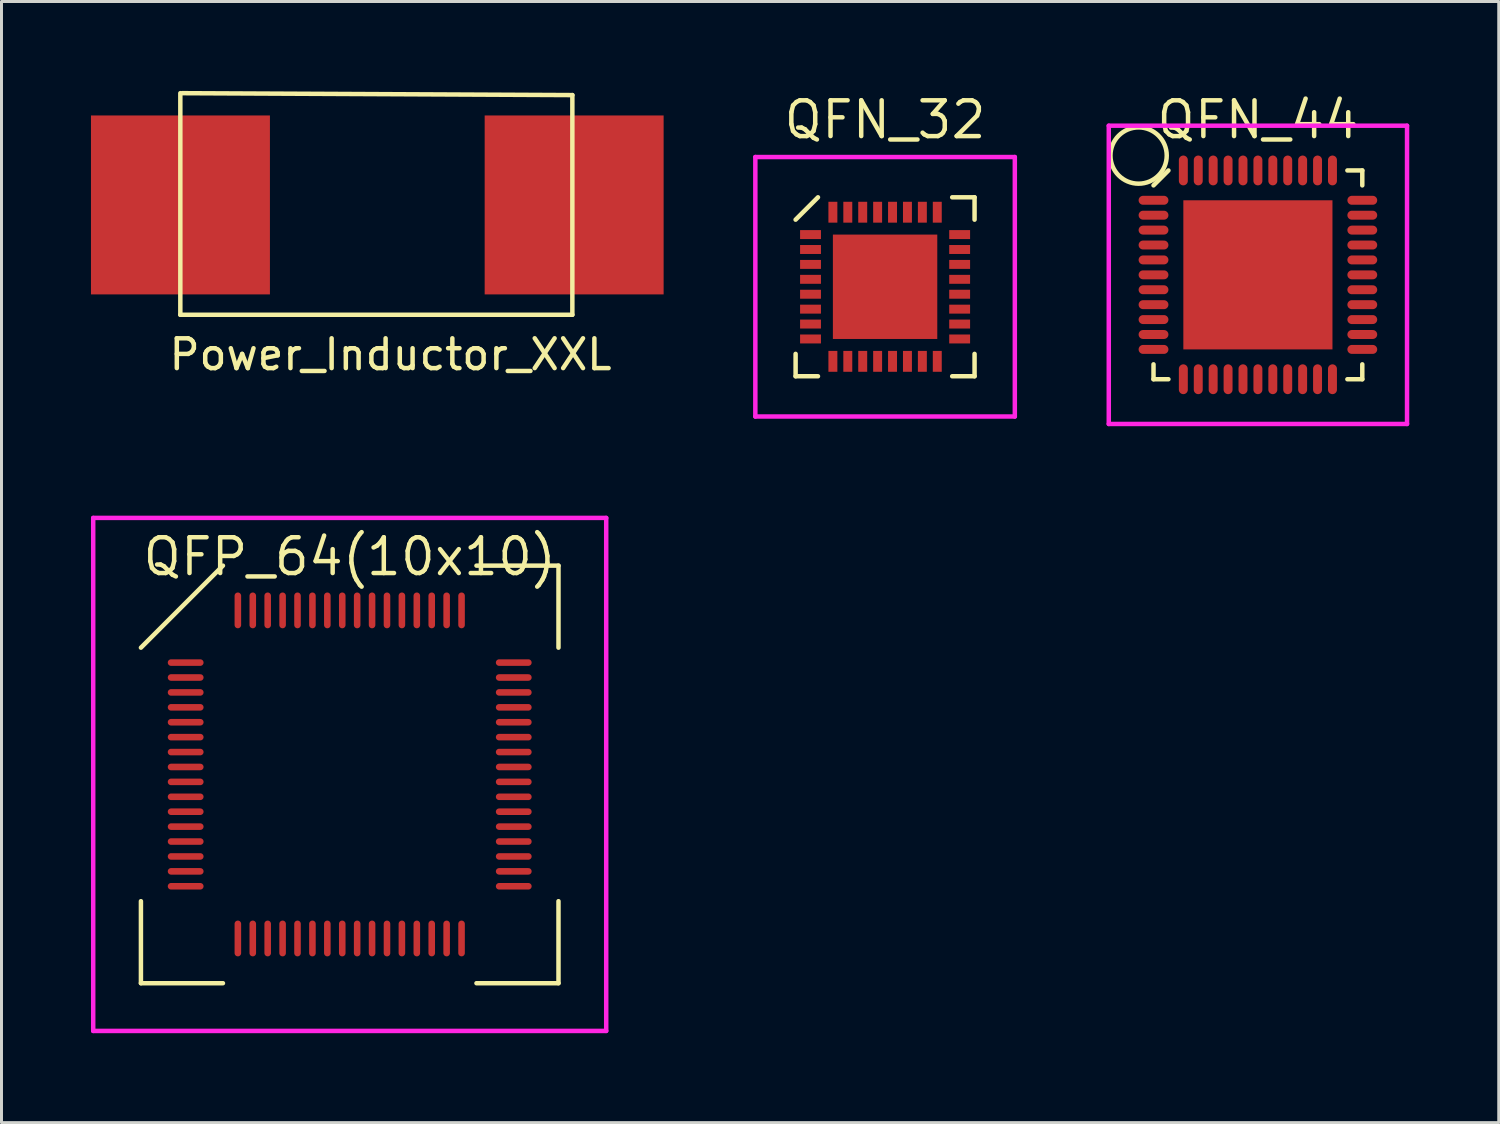
<source format=kicad_pcb>
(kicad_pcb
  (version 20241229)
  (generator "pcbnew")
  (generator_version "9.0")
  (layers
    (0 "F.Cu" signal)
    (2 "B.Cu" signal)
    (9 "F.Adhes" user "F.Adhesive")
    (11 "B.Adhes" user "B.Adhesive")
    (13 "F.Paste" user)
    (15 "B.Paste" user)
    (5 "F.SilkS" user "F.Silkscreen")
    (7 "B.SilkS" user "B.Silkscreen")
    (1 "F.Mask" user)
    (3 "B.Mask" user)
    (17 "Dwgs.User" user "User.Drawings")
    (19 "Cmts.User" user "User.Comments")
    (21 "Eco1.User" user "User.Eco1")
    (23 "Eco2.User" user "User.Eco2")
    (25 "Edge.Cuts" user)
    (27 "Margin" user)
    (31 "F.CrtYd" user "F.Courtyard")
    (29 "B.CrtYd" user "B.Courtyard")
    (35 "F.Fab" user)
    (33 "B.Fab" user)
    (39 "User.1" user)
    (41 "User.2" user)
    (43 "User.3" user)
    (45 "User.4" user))
  (footprint "QFN_32"
    (layer "F.Cu")
    (at 26.625 6.565)
    (property "Reference" "QFN_32" (at 0 -5.6 0) (layer "F.SilkS") (effects (font (size 1.2 1.2) (thickness 0.15))))
    (attr through_hole)
    (fp_line (start -3 -2.25) (end -2.25 -3) (stroke (width 0.15) (type solid)) (layer "F.SilkS"))
    (fp_line (start -3 3) (end -3 2.25) (stroke (width 0.15) (type solid)) (layer "F.SilkS"))
    (fp_line (start -2.25 3) (end -3 3) (stroke (width 0.15) (type solid)) (layer "F.SilkS"))
    (fp_line (start 2.25 -3) (end 3 -3) (stroke (width 0.15) (type solid)) (layer "F.SilkS"))
    (fp_line (start 2.25 3) (end 3 3) (stroke (width 0.15) (type solid)) (layer "F.SilkS"))
    (fp_line (start 3 -3) (end 3 -2.25) (stroke (width 0.15) (type solid)) (layer "F.SilkS"))
    (fp_line (start 3 3) (end 3 2.25) (stroke (width 0.15) (type solid)) (layer "F.SilkS"))
    (fp_line (start -4.35 -4.35) (end 4.35 -4.35) (stroke (width 0.15) (type solid)) (layer "F.CrtYd"))
    (fp_line (start -4.35 4.35) (end -4.35 -4.35) (stroke (width 0.15) (type solid)) (layer "F.CrtYd"))
    (fp_line (start 4.35 -4.35) (end 4.35 4.35) (stroke (width 0.15) (type solid)) (layer "F.CrtYd"))
    (fp_line (start 4.35 4.35) (end -4.35 4.35) (stroke (width 0.15) (type solid)) (layer "F.CrtYd"))
    (pad "1" smd rect (at -2.5 -1.75 90) (size 0.3 0.7) (layers "F.Cu" "F.Mask" "F.Paste"))
    (pad "2" smd rect (at -2.5 -1.25 90) (size 0.3 0.7) (layers "F.Cu" "F.Mask" "F.Paste"))
    (pad "3" smd rect (at -2.5 -0.75 90) (size 0.3 0.7) (layers "F.Cu" "F.Mask" "F.Paste"))
    (pad "4" smd rect (at -2.5 -0.25 90) (size 0.3 0.7) (layers "F.Cu" "F.Mask" "F.Paste"))
    (pad "5" smd rect (at -2.5 0.25 90) (size 0.3 0.7) (layers "F.Cu" "F.Mask" "F.Paste"))
    (pad "6" smd rect (at -2.5 0.75 90) (size 0.3 0.7) (layers "F.Cu" "F.Mask" "F.Paste"))
    (pad "7" smd rect (at -2.5 1.25 90) (size 0.3 0.7) (layers "F.Cu" "F.Mask" "F.Paste"))
    (pad "8" smd rect (at -2.5 1.75 90) (size 0.3 0.7) (layers "F.Cu" "F.Mask" "F.Paste"))
    (pad "9" smd rect (at -1.75 2.5) (size 0.3 0.7) (layers "F.Cu" "F.Mask" "F.Paste"))
    (pad "10" smd rect (at -1.25 2.5) (size 0.3 0.7) (layers "F.Cu" "F.Mask" "F.Paste"))
    (pad "11" smd rect (at -0.75 2.5) (size 0.3 0.7) (layers "F.Cu" "F.Mask" "F.Paste"))
    (pad "12" smd rect (at -0.25 2.5) (size 0.3 0.7) (layers "F.Cu" "F.Mask" "F.Paste"))
    (pad "13" smd rect (at 0.25 2.5) (size 0.3 0.7) (layers "F.Cu" "F.Mask" "F.Paste"))
    (pad "14" smd rect (at 0.75 2.5) (size 0.3 0.7) (layers "F.Cu" "F.Mask" "F.Paste"))
    (pad "15" smd rect (at 1.25 2.5) (size 0.3 0.7) (layers "F.Cu" "F.Mask" "F.Paste"))
    (pad "16" smd rect (at 1.75 2.5) (size 0.3 0.7) (layers "F.Cu" "F.Mask" "F.Paste"))
    (pad "17" smd rect (at 2.5 1.75 90) (size 0.3 0.7) (layers "F.Cu" "F.Mask" "F.Paste"))
    (pad "18" smd rect (at 2.5 1.25 90) (size 0.3 0.7) (layers "F.Cu" "F.Mask" "F.Paste"))
    (pad "19" smd rect (at 2.5 0.75 90) (size 0.3 0.7) (layers "F.Cu" "F.Mask" "F.Paste"))
    (pad "20" smd rect (at 2.5 0.25 90) (size 0.3 0.7) (layers "F.Cu" "F.Mask" "F.Paste"))
    (pad "21" smd rect (at 2.5 -0.25 90) (size 0.3 0.7) (layers "F.Cu" "F.Mask" "F.Paste"))
    (pad "22" smd rect (at 2.5 -0.75 90) (size 0.3 0.7) (layers "F.Cu" "F.Mask" "F.Paste"))
    (pad "23" smd rect (at 2.5 -1.25 90) (size 0.3 0.7) (layers "F.Cu" "F.Mask" "F.Paste"))
    (pad "24" smd rect (at 2.5 -1.75 90) (size 0.3 0.7) (layers "F.Cu" "F.Mask" "F.Paste"))
    (pad "25" smd rect (at 1.75 -2.5) (size 0.3 0.7) (layers "F.Cu" "F.Mask" "F.Paste"))
    (pad "26" smd rect (at 1.25 -2.5) (size 0.3 0.7) (layers "F.Cu" "F.Mask" "F.Paste"))
    (pad "27" smd rect (at 0.75 -2.5) (size 0.3 0.7) (layers "F.Cu" "F.Mask" "F.Paste"))
    (pad "28" smd rect (at 0.25 -2.5) (size 0.3 0.7) (layers "F.Cu" "F.Mask" "F.Paste"))
    (pad "29" smd rect (at -0.25 -2.5) (size 0.3 0.7) (layers "F.Cu" "F.Mask" "F.Paste"))
    (pad "30" smd rect (at -0.75 -2.5) (size 0.3 0.7) (layers "F.Cu" "F.Mask" "F.Paste"))
    (pad "31" smd rect (at -1.25 -2.5) (size 0.3 0.7) (layers "F.Cu" "F.Mask" "F.Paste"))
    (pad "32" smd rect (at -1.75 -2.5) (size 0.3 0.7) (layers "F.Cu" "F.Mask" "F.Paste"))
    (pad "33" smd rect (at 0 0) (size 3.5 3.5) (layers "F.Cu" "F.Mask" "F.Paste")))
  (footprint "Power_Inductor_XXL"
    (layer "F.Cu")
    (at 9.6 3.821)
    (property "Reference" "Power_Inductor_XXL" (at 0.445 5.016 0) (layer "F.SilkS") (effects (font (size 1 1) (thickness 0.15))))
    (attr through_hole)
    (fp_line (start -6.604 3.683) (end -6.604 -3.747) (stroke (width 0.15) (type solid)) (layer "F.SilkS"))
    (fp_line (start -6.54 -3.747) (end 6.54 -3.683) (stroke (width 0.15) (type solid)) (layer "F.SilkS"))
    (fp_line (start 6.54 -3.683) (end 6.54 3.683) (stroke (width 0.15) (type solid)) (layer "F.SilkS"))
    (fp_line (start 6.54 3.683) (end -6.604 3.683) (stroke (width 0.15) (type solid)) (layer "F.SilkS"))
    (pad "1" smd rect (at -6.6 0) (size 6 6) (layers "F.Cu" "F.Mask" "F.Paste"))
    (pad "2" smd rect (at 6.6 0) (size 6 6) (layers "F.Cu" "F.Mask" "F.Paste")))
  (footprint "QFP_64(10x10)"
    (layer "F.Cu")
    (at 8.675 22.915)
    (property "Reference" "QFP_64(10x10)" (at 0 -7.3 0) (layer "F.SilkS") (effects (font (size 1.2 1.2) (thickness 0.15))))
    (attr through_hole)
    (fp_line (start -7 -4.25) (end -4.25 -7) (stroke (width 0.15) (type solid)) (layer "F.SilkS"))
    (fp_line (start -7 7) (end -7 4.25) (stroke (width 0.15) (type solid)) (layer "F.SilkS"))
    (fp_line (start -4.25 7) (end -7 7) (stroke (width 0.15) (type solid)) (layer "F.SilkS"))
    (fp_line (start 4.25 -7) (end 7 -7) (stroke (width 0.15) (type solid)) (layer "F.SilkS"))
    (fp_line (start 4.25 7) (end 7 7) (stroke (width 0.15) (type solid)) (layer "F.SilkS"))
    (fp_line (start 7 -7) (end 7 -4.25) (stroke (width 0.15) (type solid)) (layer "F.SilkS"))
    (fp_line (start 7 7) (end 7 4.25) (stroke (width 0.15) (type solid)) (layer "F.SilkS"))
    (fp_line (start -8.6 -8.6) (end 8.6 -8.6) (stroke (width 0.15) (type solid)) (layer "F.CrtYd"))
    (fp_line (start -8.6 8.6) (end -8.6 -8.6) (stroke (width 0.15) (type solid)) (layer "F.CrtYd"))
    (fp_line (start 8.6 -8.6) (end 8.6 8.6) (stroke (width 0.15) (type solid)) (layer "F.CrtYd"))
    (fp_line (start 8.6 8.6) (end -8.6 8.6) (stroke (width 0.15) (type solid)) (layer "F.CrtYd"))
    (pad "1" smd oval (at -5.5 -3.75 90) (size 0.22 1.2) (layers "F.Cu" "F.Mask" "F.Paste"))
    (pad "2" smd oval (at -5.5 -3.25 90) (size 0.22 1.2) (layers "F.Cu" "F.Mask" "F.Paste"))
    (pad "3" smd oval (at -5.5 -2.75 90) (size 0.22 1.2) (layers "F.Cu" "F.Mask" "F.Paste"))
    (pad "4" smd oval (at -5.5 -2.25 90) (size 0.22 1.2) (layers "F.Cu" "F.Mask" "F.Paste"))
    (pad "5" smd oval (at -5.5 -1.75 90) (size 0.22 1.2) (layers "F.Cu" "F.Mask" "F.Paste"))
    (pad "6" smd oval (at -5.5 -1.25 90) (size 0.22 1.2) (layers "F.Cu" "F.Mask" "F.Paste"))
    (pad "7" smd oval (at -5.5 -0.75 90) (size 0.22 1.2) (layers "F.Cu" "F.Mask" "F.Paste"))
    (pad "8" smd oval (at -5.5 -0.25 90) (size 0.22 1.2) (layers "F.Cu" "F.Mask" "F.Paste"))
    (pad "9" smd oval (at -5.5 0.25 90) (size 0.22 1.2) (layers "F.Cu" "F.Mask" "F.Paste"))
    (pad "10" smd oval (at -5.5 0.75 90) (size 0.22 1.2) (layers "F.Cu" "F.Mask" "F.Paste"))
    (pad "11" smd oval (at -5.5 1.25 90) (size 0.22 1.2) (layers "F.Cu" "F.Mask" "F.Paste"))
    (pad "12" smd oval (at -5.5 1.75 90) (size 0.22 1.2) (layers "F.Cu" "F.Mask" "F.Paste"))
    (pad "13" smd oval (at -5.5 2.25 90) (size 0.22 1.2) (layers "F.Cu" "F.Mask" "F.Paste"))
    (pad "14" smd oval (at -5.5 2.75 90) (size 0.22 1.2) (layers "F.Cu" "F.Mask" "F.Paste"))
    (pad "15" smd oval (at -5.5 3.25 90) (size 0.22 1.2) (layers "F.Cu" "F.Mask" "F.Paste"))
    (pad "16" smd oval (at -5.5 3.75 90) (size 0.22 1.2) (layers "F.Cu" "F.Mask" "F.Paste"))
    (pad "17" smd oval (at -3.75 5.5) (size 0.22 1.2) (layers "F.Cu" "F.Mask" "F.Paste"))
    (pad "18" smd oval (at -3.25 5.5) (size 0.22 1.2) (layers "F.Cu" "F.Mask" "F.Paste"))
    (pad "19" smd oval (at -2.75 5.5) (size 0.22 1.2) (layers "F.Cu" "F.Mask" "F.Paste"))
    (pad "20" smd oval (at -2.25 5.5) (size 0.22 1.2) (layers "F.Cu" "F.Mask" "F.Paste"))
    (pad "21" smd oval (at -1.75 5.5) (size 0.22 1.2) (layers "F.Cu" "F.Mask" "F.Paste"))
    (pad "22" smd oval (at -1.25 5.5) (size 0.22 1.2) (layers "F.Cu" "F.Mask" "F.Paste"))
    (pad "23" smd oval (at -0.75 5.5) (size 0.22 1.2) (layers "F.Cu" "F.Mask" "F.Paste"))
    (pad "24" smd oval (at -0.25 5.5) (size 0.22 1.2) (layers "F.Cu" "F.Mask" "F.Paste"))
    (pad "25" smd oval (at 0.25 5.5) (size 0.22 1.2) (layers "F.Cu" "F.Mask" "F.Paste"))
    (pad "26" smd oval (at 0.75 5.5) (size 0.22 1.2) (layers "F.Cu" "F.Mask" "F.Paste"))
    (pad "27" smd oval (at 1.25 5.5) (size 0.22 1.2) (layers "F.Cu" "F.Mask" "F.Paste"))
    (pad "28" smd oval (at 1.75 5.5) (size 0.22 1.2) (layers "F.Cu" "F.Mask" "F.Paste"))
    (pad "29" smd oval (at 2.25 5.5) (size 0.22 1.2) (layers "F.Cu" "F.Mask" "F.Paste"))
    (pad "30" smd oval (at 2.75 5.5) (size 0.22 1.2) (layers "F.Cu" "F.Mask" "F.Paste"))
    (pad "31" smd oval (at 3.25 5.5) (size 0.22 1.2) (layers "F.Cu" "F.Mask" "F.Paste"))
    (pad "32" smd oval (at 3.75 5.5) (size 0.22 1.2) (layers "F.Cu" "F.Mask" "F.Paste"))
    (pad "33" smd oval (at 5.5 3.75 90) (size 0.22 1.2) (layers "F.Cu" "F.Mask" "F.Paste"))
    (pad "34" smd oval (at 5.5 3.25 90) (size 0.22 1.2) (layers "F.Cu" "F.Mask" "F.Paste"))
    (pad "35" smd oval (at 5.5 2.75 90) (size 0.22 1.2) (layers "F.Cu" "F.Mask" "F.Paste"))
    (pad "36" smd oval (at 5.5 2.25 90) (size 0.22 1.2) (layers "F.Cu" "F.Mask" "F.Paste"))
    (pad "37" smd oval (at 5.5 1.75 90) (size 0.22 1.2) (layers "F.Cu" "F.Mask" "F.Paste"))
    (pad "38" smd oval (at 5.5 1.25 90) (size 0.22 1.2) (layers "F.Cu" "F.Mask" "F.Paste"))
    (pad "39" smd oval (at 5.5 0.75 90) (size 0.22 1.2) (layers "F.Cu" "F.Mask" "F.Paste"))
    (pad "40" smd oval (at 5.5 0.25 90) (size 0.22 1.2) (layers "F.Cu" "F.Mask" "F.Paste"))
    (pad "41" smd oval (at 5.5 -0.25 90) (size 0.22 1.2) (layers "F.Cu" "F.Mask" "F.Paste"))
    (pad "42" smd oval (at 5.5 -0.75 90) (size 0.22 1.2) (layers "F.Cu" "F.Mask" "F.Paste"))
    (pad "43" smd oval (at 5.5 -1.25 90) (size 0.22 1.2) (layers "F.Cu" "F.Mask" "F.Paste"))
    (pad "44" smd oval (at 5.5 -1.75 90) (size 0.22 1.2) (layers "F.Cu" "F.Mask" "F.Paste"))
    (pad "45" smd oval (at 5.5 -2.25 90) (size 0.22 1.2) (layers "F.Cu" "F.Mask" "F.Paste"))
    (pad "46" smd oval (at 5.5 -2.75 90) (size 0.22 1.2) (layers "F.Cu" "F.Mask" "F.Paste"))
    (pad "47" smd oval (at 5.5 -3.25 90) (size 0.22 1.2) (layers "F.Cu" "F.Mask" "F.Paste"))
    (pad "48" smd oval (at 5.5 -3.75 90) (size 0.22 1.2) (layers "F.Cu" "F.Mask" "F.Paste"))
    (pad "49" smd oval (at 3.75 -5.5) (size 0.22 1.2) (layers "F.Cu" "F.Mask" "F.Paste"))
    (pad "50" smd oval (at 3.25 -5.5) (size 0.22 1.2) (layers "F.Cu" "F.Mask" "F.Paste"))
    (pad "51" smd oval (at 2.75 -5.5) (size 0.22 1.2) (layers "F.Cu" "F.Mask" "F.Paste"))
    (pad "52" smd oval (at 2.25 -5.5) (size 0.22 1.2) (layers "F.Cu" "F.Mask" "F.Paste"))
    (pad "53" smd oval (at 1.75 -5.5) (size 0.22 1.2) (layers "F.Cu" "F.Mask" "F.Paste"))
    (pad "54" smd oval (at 1.25 -5.5) (size 0.22 1.2) (layers "F.Cu" "F.Mask" "F.Paste"))
    (pad "55" smd oval (at 0.75 -5.5) (size 0.22 1.2) (layers "F.Cu" "F.Mask" "F.Paste"))
    (pad "56" smd oval (at 0.25 -5.5) (size 0.22 1.2) (layers "F.Cu" "F.Mask" "F.Paste"))
    (pad "57" smd oval (at -0.25 -5.5) (size 0.22 1.2) (layers "F.Cu" "F.Mask" "F.Paste"))
    (pad "58" smd oval (at -0.75 -5.5) (size 0.22 1.2) (layers "F.Cu" "F.Mask" "F.Paste"))
    (pad "59" smd oval (at -1.25 -5.5) (size 0.22 1.2) (layers "F.Cu" "F.Mask" "F.Paste"))
    (pad "60" smd oval (at -1.75 -5.5) (size 0.22 1.2) (layers "F.Cu" "F.Mask" "F.Paste"))
    (pad "61" smd oval (at -2.25 -5.5) (size 0.22 1.2) (layers "F.Cu" "F.Mask" "F.Paste"))
    (pad "62" smd oval (at -2.75 -5.5) (size 0.22 1.2) (layers "F.Cu" "F.Mask" "F.Paste"))
    (pad "63" smd oval (at -3.25 -5.5) (size 0.22 1.2) (layers "F.Cu" "F.Mask" "F.Paste"))
    (pad "64" smd oval (at -3.75 -5.5) (size 0.22 1.2) (layers "F.Cu" "F.Mask" "F.Paste")))
  (footprint "QFN_44"
    (layer "F.Cu")
    (at 39.125 6.165)
    (property "Reference" "QFN_44" (at 0 -5.2 0) (layer "F.SilkS") (effects (font (size 1.2 1.2) (thickness 0.15))))
    (attr through_hole)
    (fp_line (start -3.5 -3) (end -3 -3.5) (stroke (width 0.15) (type solid)) (layer "F.SilkS"))
    (fp_line (start -3.5 3.5) (end -3.5 3) (stroke (width 0.15) (type solid)) (layer "F.SilkS"))
    (fp_line (start -3 3.5) (end -3.5 3.5) (stroke (width 0.15) (type solid)) (layer "F.SilkS"))
    (fp_line (start 3 -3.5) (end 3.5 -3.5) (stroke (width 0.15) (type solid)) (layer "F.SilkS"))
    (fp_line (start 3 3.5) (end 3.5 3.5) (stroke (width 0.15) (type solid)) (layer "F.SilkS"))
    (fp_line (start 3.5 -3.5) (end 3.5 -3) (stroke (width 0.15) (type solid)) (layer "F.SilkS"))
    (fp_line (start 3.5 3.5) (end 3.5 3) (stroke (width 0.15) (type solid)) (layer "F.SilkS"))
    (fp_circle (center -4 -4) (end -3.2 -3.5) (stroke (width 0.15) (type solid)) (fill no) (layer "F.SilkS"))
    (fp_line (start -5 -5) (end 5 -5) (stroke (width 0.15) (type solid)) (layer "F.CrtYd"))
    (fp_line (start -5 5) (end -5 -5) (stroke (width 0.15) (type solid)) (layer "F.CrtYd"))
    (fp_line (start 5 -5) (end 5 5) (stroke (width 0.15) (type solid)) (layer "F.CrtYd"))
    (fp_line (start 5 5) (end -5 5) (stroke (width 0.15) (type solid)) (layer "F.CrtYd"))
    (pad "" smd rect (at 0 0) (size 5 5) (layers "F.Cu" "F.Mask" "F.Paste"))
    (pad "1" smd oval (at -3.5 -2.5 90) (size 0.3 1) (layers "F.Cu" "F.Mask" "F.Paste"))
    (pad "2" smd oval (at -3.5 -2 90) (size 0.3 1) (layers "F.Cu" "F.Mask" "F.Paste"))
    (pad "3" smd oval (at -3.5 -1.5 90) (size 0.3 1) (layers "F.Cu" "F.Mask" "F.Paste"))
    (pad "4" smd oval (at -3.5 -1 90) (size 0.3 1) (layers "F.Cu" "F.Mask" "F.Paste"))
    (pad "5" smd oval (at -3.5 -0.5 90) (size 0.3 1) (layers "F.Cu" "F.Mask" "F.Paste"))
    (pad "6" smd oval (at -3.5 0 90) (size 0.3 1) (layers "F.Cu" "F.Mask" "F.Paste"))
    (pad "7" smd oval (at -3.5 0.5 90) (size 0.3 1) (layers "F.Cu" "F.Mask" "F.Paste"))
    (pad "8" smd oval (at -3.5 1 90) (size 0.3 1) (layers "F.Cu" "F.Mask" "F.Paste"))
    (pad "9" smd oval (at -3.5 1.5 90) (size 0.3 1) (layers "F.Cu" "F.Mask" "F.Paste"))
    (pad "10" smd oval (at -3.5 2 90) (size 0.3 1) (layers "F.Cu" "F.Mask" "F.Paste"))
    (pad "11" smd oval (at -3.5 2.5 90) (size 0.3 1) (layers "F.Cu" "F.Mask" "F.Paste"))
    (pad "12" smd oval (at -2.5 3.5) (size 0.3 1) (layers "F.Cu" "F.Mask" "F.Paste"))
    (pad "13" smd oval (at -2 3.5) (size 0.3 1) (layers "F.Cu" "F.Mask" "F.Paste"))
    (pad "14" smd oval (at -1.5 3.5) (size 0.3 1) (layers "F.Cu" "F.Mask" "F.Paste"))
    (pad "15" smd oval (at -1 3.5) (size 0.3 1) (layers "F.Cu" "F.Mask" "F.Paste"))
    (pad "16" smd oval (at -0.5 3.5) (size 0.3 1) (layers "F.Cu" "F.Mask" "F.Paste"))
    (pad "17" smd oval (at 0 3.5) (size 0.3 1) (layers "F.Cu" "F.Mask" "F.Paste"))
    (pad "18" smd oval (at 0.5 3.5) (size 0.3 1) (layers "F.Cu" "F.Mask" "F.Paste"))
    (pad "19" smd oval (at 1 3.5) (size 0.3 1) (layers "F.Cu" "F.Mask" "F.Paste"))
    (pad "20" smd oval (at 1.5 3.5) (size 0.3 1) (layers "F.Cu" "F.Mask" "F.Paste"))
    (pad "21" smd oval (at 2 3.5) (size 0.3 1) (layers "F.Cu" "F.Mask" "F.Paste"))
    (pad "22" smd oval (at 2.5 3.5) (size 0.3 1) (layers "F.Cu" "F.Mask" "F.Paste"))
    (pad "23" smd oval (at 3.5 2.5 90) (size 0.3 1) (layers "F.Cu" "F.Mask" "F.Paste"))
    (pad "24" smd oval (at 3.5 2 90) (size 0.3 1) (layers "F.Cu" "F.Mask" "F.Paste"))
    (pad "25" smd oval (at 3.5 1.5 90) (size 0.3 1) (layers "F.Cu" "F.Mask" "F.Paste"))
    (pad "26" smd oval (at 3.5 1 90) (size 0.3 1) (layers "F.Cu" "F.Mask" "F.Paste"))
    (pad "27" smd oval (at 3.5 0.5 90) (size 0.3 1) (layers "F.Cu" "F.Mask" "F.Paste"))
    (pad "28" smd oval (at 3.5 0 90) (size 0.3 1) (layers "F.Cu" "F.Mask" "F.Paste"))
    (pad "29" smd oval (at 3.5 -0.5 90) (size 0.3 1) (layers "F.Cu" "F.Mask" "F.Paste"))
    (pad "30" smd oval (at 3.5 -1 90) (size 0.3 1) (layers "F.Cu" "F.Mask" "F.Paste"))
    (pad "31" smd oval (at 3.5 -1.5 90) (size 0.3 1) (layers "F.Cu" "F.Mask" "F.Paste"))
    (pad "32" smd oval (at 3.5 -2 90) (size 0.3 1) (layers "F.Cu" "F.Mask" "F.Paste"))
    (pad "33" smd oval (at 3.5 -2.5 90) (size 0.3 1) (layers "F.Cu" "F.Mask" "F.Paste"))
    (pad "34" smd oval (at 2.5 -3.5) (size 0.3 1) (layers "F.Cu" "F.Mask" "F.Paste"))
    (pad "35" smd oval (at 2 -3.5) (size 0.3 1) (layers "F.Cu" "F.Mask" "F.Paste"))
    (pad "36" smd oval (at 1.5 -3.5) (size 0.3 1) (layers "F.Cu" "F.Mask" "F.Paste"))
    (pad "37" smd oval (at 1 -3.5) (size 0.3 1) (layers "F.Cu" "F.Mask" "F.Paste"))
    (pad "38" smd oval (at 0.5 -3.5) (size 0.3 1) (layers "F.Cu" "F.Mask" "F.Paste"))
    (pad "39" smd oval (at 0 -3.5) (size 0.3 1) (layers "F.Cu" "F.Mask" "F.Paste"))
    (pad "40" smd oval (at -0.5 -3.5) (size 0.3 1) (layers "F.Cu" "F.Mask" "F.Paste"))
    (pad "41" smd oval (at -1 -3.5) (size 0.3 1) (layers "F.Cu" "F.Mask" "F.Paste"))
    (pad "42" smd oval (at -1.5 -3.5) (size 0.3 1) (layers "F.Cu" "F.Mask" "F.Paste"))
    (pad "43" smd oval (at -2 -3.5) (size 0.3 1) (layers "F.Cu" "F.Mask" "F.Paste"))
    (pad "44" smd oval (at -2.5 -3.5) (size 0.3 1) (layers "F.Cu" "F.Mask" "F.Paste")))
  (gr_rect
    (start -3 -3)
    (end 47.2 34.59)
    (stroke (width 0.1) (type default))
    (fill no)
    (layer "Edge.Cuts")))
</source>
